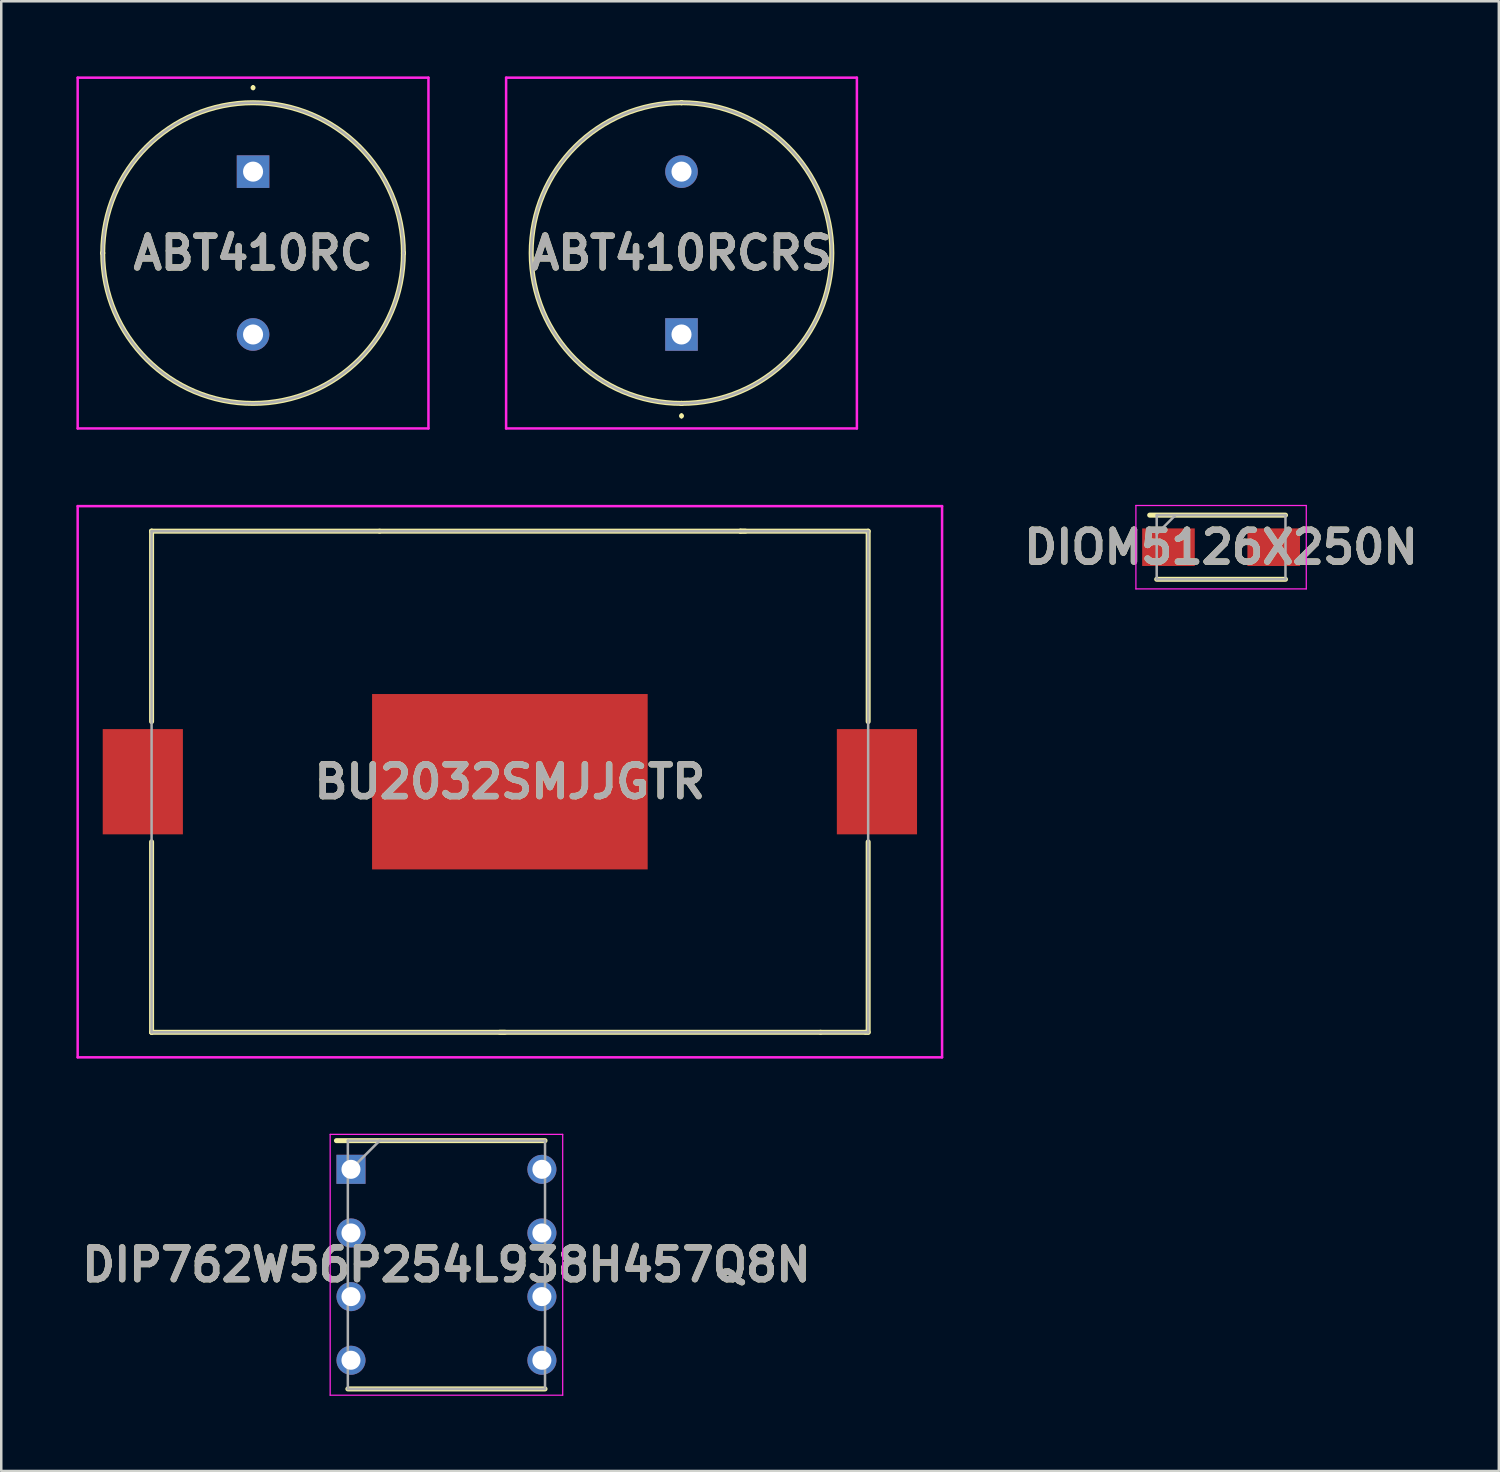
<source format=kicad_pcb>
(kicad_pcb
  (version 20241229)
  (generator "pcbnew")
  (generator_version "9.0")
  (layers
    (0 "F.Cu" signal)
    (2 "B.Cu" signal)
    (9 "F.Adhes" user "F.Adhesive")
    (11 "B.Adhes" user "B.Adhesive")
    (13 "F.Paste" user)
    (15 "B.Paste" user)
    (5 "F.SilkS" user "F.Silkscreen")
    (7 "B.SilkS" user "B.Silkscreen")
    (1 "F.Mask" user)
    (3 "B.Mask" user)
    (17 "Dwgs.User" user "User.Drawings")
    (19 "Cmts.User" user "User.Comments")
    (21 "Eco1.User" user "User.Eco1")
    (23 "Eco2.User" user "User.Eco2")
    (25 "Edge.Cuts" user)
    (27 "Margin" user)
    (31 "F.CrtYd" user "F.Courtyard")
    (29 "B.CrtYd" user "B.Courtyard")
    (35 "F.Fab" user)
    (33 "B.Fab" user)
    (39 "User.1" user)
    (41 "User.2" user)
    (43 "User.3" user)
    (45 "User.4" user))
  (footprint "DIOM5126X250N"
    (layer "F.Cu")
    (at 45.686 18.79)
    (property "Reference" "DIOM5126X250N" (at 0 0 0) (layer "F.SilkS") (effects (font (size 1.27 1.27) (thickness 0.254))))
    (attr smd)
    (fp_line (start -2.57 1.28) (end 2.57 1.28) (stroke (width 0.2) (type solid)) (layer "F.SilkS"))
    (fp_line (start 2.57 -1.28) (end -2.85 -1.28) (stroke (width 0.2) (type solid)) (layer "F.SilkS"))
    (fp_line (start -3.4 -1.665) (end 3.4 -1.665) (stroke (width 0.05) (type solid)) (layer "F.CrtYd"))
    (fp_line (start -3.4 1.665) (end -3.4 -1.665) (stroke (width 0.05) (type solid)) (layer "F.CrtYd"))
    (fp_line (start 3.4 -1.665) (end 3.4 1.665) (stroke (width 0.05) (type solid)) (layer "F.CrtYd"))
    (fp_line (start 3.4 1.665) (end -3.4 1.665) (stroke (width 0.05) (type solid)) (layer "F.CrtYd"))
    (fp_line (start -2.57 -1.28) (end 2.57 -1.28) (stroke (width 0.1) (type solid)) (layer "F.Fab"))
    (fp_line (start -2.57 -0.53) (end -1.82 -1.28) (stroke (width 0.1) (type solid)) (layer "F.Fab"))
    (fp_line (start -2.57 1.28) (end -2.57 -1.28) (stroke (width 0.1) (type solid)) (layer "F.Fab"))
    (fp_line (start 2.57 -1.28) (end 2.57 1.28) (stroke (width 0.1) (type solid)) (layer "F.Fab"))
    (fp_line (start 2.57 1.28) (end -2.57 1.28) (stroke (width 0.1) (type solid)) (layer "F.Fab"))
    (fp_text user "${REFERENCE}" (at 0 0 0) (layer "F.Fab") (effects (font (size 1.27 1.27) (thickness 0.254))))
    (pad "1" smd rect (at -2.1 0 90) (size 1.5 2.1) (layers "F.Cu" "F.Mask" "F.Paste"))
    (pad "2" smd rect (at 2.1 0 90) (size 1.5 2.1) (layers "F.Cu" "F.Mask" "F.Paste")))
  (footprint "DIP762W56P254L938H457Q8N"
    (layer "F.Cu")
    (at 14.768 47.43)
    (property "Reference" "DIP762W56P254L938H457Q8N" (at 0 0 0) (layer "F.SilkS") (effects (font (size 1.27 1.27) (thickness 0.254))))
    (attr through_hole)
    (fp_line (start -4.39 -4.955) (end 3.935 -4.955) (stroke (width 0.2) (type solid)) (layer "F.SilkS"))
    (fp_line (start -3.935 4.955) (end 3.935 4.955) (stroke (width 0.2) (type solid)) (layer "F.SilkS"))
    (fp_line (start -4.64 -5.205) (end 4.64 -5.205) (stroke (width 0.05) (type solid)) (layer "F.CrtYd"))
    (fp_line (start -4.64 5.205) (end -4.64 -5.205) (stroke (width 0.05) (type solid)) (layer "F.CrtYd"))
    (fp_line (start 4.64 -5.205) (end 4.64 5.205) (stroke (width 0.05) (type solid)) (layer "F.CrtYd"))
    (fp_line (start 4.64 5.205) (end -4.64 5.205) (stroke (width 0.05) (type solid)) (layer "F.CrtYd"))
    (fp_line (start -3.935 -4.955) (end 3.935 -4.955) (stroke (width 0.1) (type solid)) (layer "F.Fab"))
    (fp_line (start -3.935 -3.685) (end -2.665 -4.955) (stroke (width 0.1) (type solid)) (layer "F.Fab"))
    (fp_line (start -3.935 4.955) (end -3.935 -4.955) (stroke (width 0.1) (type solid)) (layer "F.Fab"))
    (fp_line (start 3.935 -4.955) (end 3.935 4.955) (stroke (width 0.1) (type solid)) (layer "F.Fab"))
    (fp_line (start 3.935 4.955) (end -3.935 4.955) (stroke (width 0.1) (type solid)) (layer "F.Fab"))
    (fp_text user "${REFERENCE}" (at 0 0 0) (layer "F.Fab") (effects (font (size 1.27 1.27) (thickness 0.254))))
    (pad "1" thru_hole rect (at -3.81 -3.81) (size 1.16 1.16) (drill 0.76) (layers "*.Cu" "*.Mask"))
    (pad "2" thru_hole circle (at -3.81 -1.27) (size 1.16 1.16) (drill 0.76) (layers "*.Cu" "*.Mask"))
    (pad "3" thru_hole circle (at -3.81 1.27) (size 1.16 1.16) (drill 0.76) (layers "*.Cu" "*.Mask"))
    (pad "4" thru_hole circle (at -3.81 3.81) (size 1.16 1.16) (drill 0.76) (layers "*.Cu" "*.Mask"))
    (pad "5" thru_hole circle (at 3.81 3.81) (size 1.16 1.16) (drill 0.76) (layers "*.Cu" "*.Mask"))
    (pad "6" thru_hole circle (at 3.81 1.27) (size 1.16 1.16) (drill 0.76) (layers "*.Cu" "*.Mask"))
    (pad "7" thru_hole circle (at 3.81 -1.27) (size 1.16 1.16) (drill 0.76) (layers "*.Cu" "*.Mask"))
    (pad "8" thru_hole circle (at 3.81 -3.81) (size 1.16 1.16) (drill 0.76) (layers "*.Cu" "*.Mask")))
  (footprint "BU2032SMJJGTR"
    (layer "F.Cu")
    (at 17.3 28.15)
    (property "Reference" "BU2032SMJJGTR" (at 0 0 0) (layer "F.SilkS") (effects (font (size 1.27 1.27) (thickness 0.254))))
    (attr smd)
    (fp_line (start -14.3 -10) (end -14.3 -10) (stroke (width 0.2) (type solid)) (layer "F.SilkS"))
    (fp_line (start -14.3 -10) (end -14.3 -2.4) (stroke (width 0.2) (type solid)) (layer "F.SilkS"))
    (fp_line (start -14.3 2.4) (end -14.3 10) (stroke (width 0.2) (type solid)) (layer "F.SilkS"))
    (fp_line (start -14.3 10) (end -14.3 10) (stroke (width 0.2) (type solid)) (layer "F.SilkS"))
    (fp_line (start -14.3 10) (end -0.2 10) (stroke (width 0.2) (type solid)) (layer "F.SilkS"))
    (fp_line (start -5.2 -10) (end -14.3 -10) (stroke (width 0.2) (type solid)) (layer "F.SilkS"))
    (fp_line (start -0.4 10) (end 12.4 10) (stroke (width 0.2) (type solid)) (layer "F.SilkS"))
    (fp_line (start 9.2 -10) (end 9.2 -10) (stroke (width 0.2) (type solid)) (layer "F.SilkS"))
    (fp_line (start 9.4 -10) (end -5.2 -10) (stroke (width 0.2) (type solid)) (layer "F.SilkS"))
    (fp_line (start 12.4 10) (end 14.2 10) (stroke (width 0.2) (type solid)) (layer "F.SilkS"))
    (fp_line (start 14.2 10) (end 14.3 10) (stroke (width 0.2) (type solid)) (layer "F.SilkS"))
    (fp_line (start 14.3 -10) (end 9.2 -10) (stroke (width 0.2) (type solid)) (layer "F.SilkS"))
    (fp_line (start 14.3 -2.4) (end 14.3 -10) (stroke (width 0.2) (type solid)) (layer "F.SilkS"))
    (fp_line (start 14.3 10) (end 14.3 2.4) (stroke (width 0.2) (type solid)) (layer "F.SilkS"))
    (fp_line (start -17.25 -11) (end 17.25 -11) (stroke (width 0.1) (type solid)) (layer "F.CrtYd"))
    (fp_line (start -17.25 11) (end -17.25 -11) (stroke (width 0.1) (type solid)) (layer "F.CrtYd"))
    (fp_line (start 17.25 -11) (end 17.25 11) (stroke (width 0.1) (type solid)) (layer "F.CrtYd"))
    (fp_line (start 17.25 11) (end -17.25 11) (stroke (width 0.1) (type solid)) (layer "F.CrtYd"))
    (fp_line (start -14.3 -10) (end 14.3 -10) (stroke (width 0.1) (type solid)) (layer "F.Fab"))
    (fp_line (start -14.3 10) (end -14.3 -10) (stroke (width 0.1) (type solid)) (layer "F.Fab"))
    (fp_line (start 14.3 -10) (end 14.3 10) (stroke (width 0.1) (type solid)) (layer "F.Fab"))
    (fp_line (start 14.3 10) (end -14.3 10) (stroke (width 0.1) (type solid)) (layer "F.Fab"))
    (fp_text user "${REFERENCE}" (at 0 0 0) (layer "F.Fab") (effects (font (size 1.27 1.27) (thickness 0.254))))
    (pad "1" smd rect (at -14.65 0) (size 3.2 4.2) (layers "F.Cu" "F.Mask" "F.Paste"))
    (pad "2" smd rect (at 14.65 0) (size 3.2 4.2) (layers "F.Cu" "F.Mask" "F.Paste"))
    (pad "3" smd rect (at 0 0 90) (size 7 11) (layers "F.Cu" "F.Mask" "F.Paste")))
  (footprint "ABT410RCRS"
    (layer "F.Cu")
    (at 24.15 10.3)
    (property "Reference" "ABT410RCRS" (at 0 -3.25 0) (layer "F.SilkS") (effects (font (size 1.27 1.27) (thickness 0.254))))
    (attr through_hole)
    (fp_line (start 0 -9.25) (end 0 -9.25) (stroke (width 0.2) (type solid)) (layer "F.SilkS"))
    (fp_line (start 0 2.75) (end 0 2.75) (stroke (width 0.2) (type solid)) (layer "F.SilkS"))
    (fp_line (start 0 3.2) (end 0 3.2) (stroke (width 0.1) (type solid)) (layer "F.SilkS"))
    (fp_line (start 0 3.3) (end 0 3.3) (stroke (width 0.1) (type solid)) (layer "F.SilkS"))
    (fp_arc (start 0 -9.25) (mid 6 -3.25) (end 0 2.75) (stroke (width 0.2) (type solid)) (layer "F.SilkS"))
    (fp_arc (start 0 2.75) (mid -6 -3.25) (end 0 -9.25) (stroke (width 0.2) (type solid)) (layer "F.SilkS"))
    (fp_arc (start 0 3.2) (mid 0.05 3.25) (end 0 3.3) (stroke (width 0.1) (type solid)) (layer "F.SilkS"))
    (fp_arc (start 0 3.3) (mid -0.05 3.25) (end 0 3.2) (stroke (width 0.1) (type solid)) (layer "F.SilkS"))
    (fp_line (start -7 -10.25) (end 7 -10.25) (stroke (width 0.1) (type solid)) (layer "F.CrtYd"))
    (fp_line (start -7 3.75) (end -7 -10.25) (stroke (width 0.1) (type solid)) (layer "F.CrtYd"))
    (fp_line (start 7 -10.25) (end 7 3.75) (stroke (width 0.1) (type solid)) (layer "F.CrtYd"))
    (fp_line (start 7 3.75) (end -7 3.75) (stroke (width 0.1) (type solid)) (layer "F.CrtYd"))
    (fp_line (start 0 -9.25) (end 0 -9.25) (stroke (width 0.1) (type solid)) (layer "F.Fab"))
    (fp_line (start 0 2.75) (end 0 2.75) (stroke (width 0.1) (type solid)) (layer "F.Fab"))
    (fp_arc (start 0 -9.25) (mid 6 -3.25) (end 0 2.75) (stroke (width 0.1) (type solid)) (layer "F.Fab"))
    (fp_arc (start 0 2.75) (mid -6 -3.25) (end 0 -9.25) (stroke (width 0.1) (type solid)) (layer "F.Fab"))
    (fp_text user "${REFERENCE}" (at 0 -3.25 0) (layer "F.Fab") (effects (font (size 1.27 1.27) (thickness 0.254))))
    (pad "1" thru_hole rect (at 0 0) (size 1.3 1.3) (drill 0.8) (layers "*.Cu" "*.Mask"))
    (pad "2" thru_hole circle (at 0 -6.5) (size 1.3 1.3) (drill 0.8) (layers "*.Cu" "*.Mask")))
  (footprint "ABT410RC"
    (layer "F.Cu")
    (at 7.05 3.8)
    (property "Reference" "ABT410RC" (at 0 3.25 0) (layer "F.SilkS") (effects (font (size 1.27 1.27) (thickness 0.254))))
    (attr through_hole)
    (fp_line (start -6 3.25) (end -6 3.25) (stroke (width 0.2) (type solid)) (layer "F.SilkS"))
    (fp_line (start 0 -3.4) (end 0 -3.4) (stroke (width 0.1) (type solid)) (layer "F.SilkS"))
    (fp_line (start 0 -3.3) (end 0 -3.3) (stroke (width 0.1) (type solid)) (layer "F.SilkS"))
    (fp_line (start 6 3.25) (end 6 3.25) (stroke (width 0.2) (type solid)) (layer "F.SilkS"))
    (fp_arc (start -6 3.25) (mid 0 -2.75) (end 6 3.25) (stroke (width 0.2) (type solid)) (layer "F.SilkS"))
    (fp_arc (start 0 -3.4) (mid 0.05 -3.35) (end 0 -3.3) (stroke (width 0.1) (type solid)) (layer "F.SilkS"))
    (fp_arc (start 0 -3.3) (mid -0.05 -3.35) (end 0 -3.4) (stroke (width 0.1) (type solid)) (layer "F.SilkS"))
    (fp_arc (start 6 3.25) (mid 0 9.25) (end -6 3.25) (stroke (width 0.2) (type solid)) (layer "F.SilkS"))
    (fp_line (start -7 -3.75) (end 7 -3.75) (stroke (width 0.1) (type solid)) (layer "F.CrtYd"))
    (fp_line (start -7 10.25) (end -7 -3.75) (stroke (width 0.1) (type solid)) (layer "F.CrtYd"))
    (fp_line (start 7 -3.75) (end 7 10.25) (stroke (width 0.1) (type solid)) (layer "F.CrtYd"))
    (fp_line (start 7 10.25) (end -7 10.25) (stroke (width 0.1) (type solid)) (layer "F.CrtYd"))
    (fp_line (start -6 3.25) (end -6 3.25) (stroke (width 0.1) (type solid)) (layer "F.Fab"))
    (fp_line (start 6 3.25) (end 6 3.25) (stroke (width 0.1) (type solid)) (layer "F.Fab"))
    (fp_arc (start -6 3.25) (mid 0 -2.75) (end 6 3.25) (stroke (width 0.1) (type solid)) (layer "F.Fab"))
    (fp_arc (start 6 3.25) (mid 0 9.25) (end -6 3.25) (stroke (width 0.1) (type solid)) (layer "F.Fab"))
    (fp_text user "${REFERENCE}" (at 0 3.25 0) (layer "F.Fab") (effects (font (size 1.27 1.27) (thickness 0.254))))
    (pad "1" thru_hole rect (at 0 0) (size 1.3 1.3) (drill 0.8) (layers "*.Cu" "*.Mask"))
    (pad "2" thru_hole circle (at 0 6.5) (size 1.3 1.3) (drill 0.8) (layers "*.Cu" "*.Mask")))
  (gr_rect
    (start -3 -3)
    (end 56.771 55.66)
    (stroke (width 0.1) (type default))
    (fill no)
    (layer "Edge.Cuts")))
</source>
